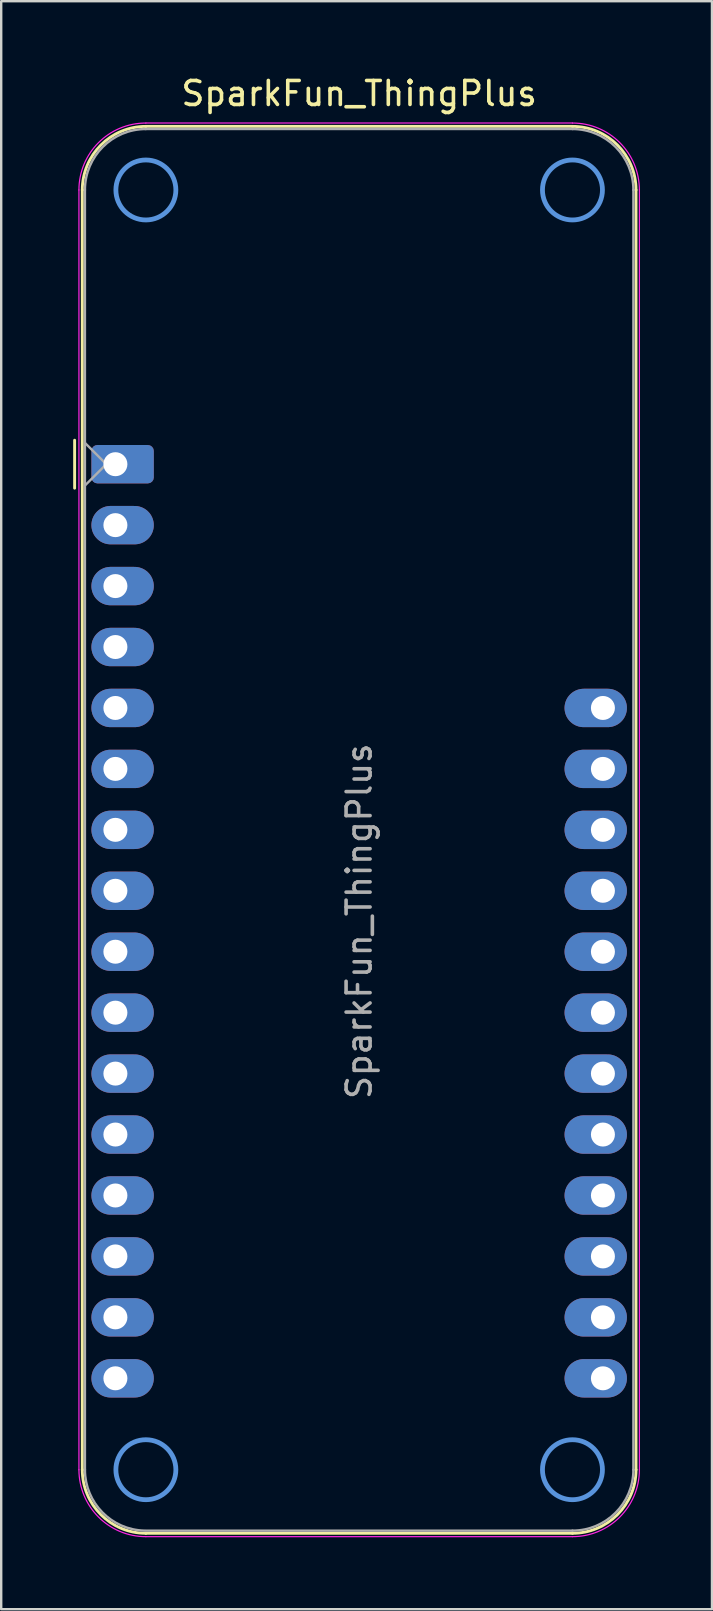
<source format=kicad_pcb>
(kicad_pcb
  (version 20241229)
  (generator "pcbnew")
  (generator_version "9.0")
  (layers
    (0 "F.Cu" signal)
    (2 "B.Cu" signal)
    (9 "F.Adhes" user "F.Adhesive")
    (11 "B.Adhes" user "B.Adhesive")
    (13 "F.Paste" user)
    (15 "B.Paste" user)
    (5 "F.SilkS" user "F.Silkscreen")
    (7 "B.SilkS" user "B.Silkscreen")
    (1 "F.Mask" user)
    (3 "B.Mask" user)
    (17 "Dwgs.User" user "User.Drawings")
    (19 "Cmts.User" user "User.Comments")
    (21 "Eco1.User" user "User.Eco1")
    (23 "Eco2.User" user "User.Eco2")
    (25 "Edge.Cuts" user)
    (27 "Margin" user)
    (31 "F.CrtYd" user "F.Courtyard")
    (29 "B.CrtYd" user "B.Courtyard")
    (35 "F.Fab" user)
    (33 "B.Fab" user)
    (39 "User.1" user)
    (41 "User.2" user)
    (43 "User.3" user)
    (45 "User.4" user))
  (footprint "SparkFun_ThingPlus"
    (layer "F.Cu")
    (at 11.92 31.538)
    (property "Reference" "SparkFun_ThingPlus" (at 0 -30.69 0) (layer "F.SilkS") (effects (font (size 1 1) (thickness 0.15))))
    (attr through_hole)
    (fp_line (start -11.86 -14.24) (end -11.86 -16.24) (stroke (width 0.12) (type solid)) (layer "F.SilkS"))
    (fp_line (start -11.54 -26.67) (end -11.54 26.67) (stroke (width 0.12) (type solid)) (layer "F.SilkS"))
    (fp_line (start 8.89 -29.32) (end -8.89 -29.32) (stroke (width 0.12) (type solid)) (layer "F.SilkS"))
    (fp_line (start 8.89 29.32) (end -8.89 29.32) (stroke (width 0.12) (type solid)) (layer "F.SilkS"))
    (fp_line (start 11.54 -26.67) (end 11.54 26.67) (stroke (width 0.12) (type solid)) (layer "F.SilkS"))
    (fp_arc (start -11.54 -26.67) (mid -10.763833 -28.543833) (end -8.89 -29.32) (stroke (width 0.12) (type solid)) (layer "F.SilkS"))
    (fp_arc (start -8.89 29.32) (mid -10.763833 28.543833) (end -11.54 26.67) (stroke (width 0.12) (type solid)) (layer "F.SilkS"))
    (fp_arc (start 8.89 -29.32) (mid 10.763833 -28.543833) (end 11.54 -26.67) (stroke (width 0.12) (type solid)) (layer "F.SilkS"))
    (fp_arc (start 11.54 26.67) (mid 10.763833 28.543833) (end 8.89 29.32) (stroke (width 0.12) (type solid)) (layer "F.SilkS"))
    (fp_circle (center -8.89 -26.67) (end -7.64 -26.67) (stroke (width 0.2) (type default)) (fill no) (layer "Cmts.User"))
    (fp_circle (center -8.89 26.67) (end -7.64 26.67) (stroke (width 0.2) (type default)) (fill no) (layer "Cmts.User"))
    (fp_circle (center 8.89 -26.67) (end 10.14 -26.67) (stroke (width 0.2) (type default)) (fill no) (layer "Cmts.User"))
    (fp_circle (center 8.89 26.67) (end 10.14 26.67) (stroke (width 0.2) (type default)) (fill no) (layer "Cmts.User"))
    (fp_line (start -11.68 26.67) (end -11.68 -26.67) (stroke (width 0.05) (type solid)) (layer "F.CrtYd"))
    (fp_line (start 8.89 -29.46) (end -8.89 -29.46) (stroke (width 0.05) (type solid)) (layer "F.CrtYd"))
    (fp_line (start 8.89 29.46) (end -8.89 29.46) (stroke (width 0.05) (type solid)) (layer "F.CrtYd"))
    (fp_line (start 11.68 26.67) (end 11.68 -26.67) (stroke (width 0.05) (type solid)) (layer "F.CrtYd"))
    (fp_arc (start -11.68 -26.67) (mid -10.862828 -28.642828) (end -8.89 -29.46) (stroke (width 0.05) (type solid)) (layer "F.CrtYd"))
    (fp_arc (start -8.89 29.46) (mid -10.862828 28.642828) (end -11.68 26.67) (stroke (width 0.05) (type solid)) (layer "F.CrtYd"))
    (fp_arc (start 8.89 -29.46) (mid 10.862828 -28.642828) (end 11.68 -26.67) (stroke (width 0.05) (type solid)) (layer "F.CrtYd"))
    (fp_arc (start 11.68 26.67) (mid 10.862828 28.642828) (end 8.89 29.46) (stroke (width 0.05) (type solid)) (layer "F.CrtYd"))
    (fp_line (start -11.43 -16.129) (end -10.541 -15.24) (stroke (width 0.1) (type solid)) (layer "F.Fab"))
    (fp_line (start -11.43 -26.67) (end -11.43 26.67) (stroke (width 0.1) (type solid)) (layer "F.Fab"))
    (fp_line (start -10.541 -15.24) (end -11.43 -14.351) (stroke (width 0.1) (type solid)) (layer "F.Fab"))
    (fp_line (start -8.89 29.21) (end 8.89 29.21) (stroke (width 0.1) (type solid)) (layer "F.Fab"))
    (fp_line (start 8.89 -29.21) (end -8.89 -29.21) (stroke (width 0.1) (type solid)) (layer "F.Fab"))
    (fp_line (start 11.43 26.67) (end 11.43 -26.67) (stroke (width 0.1) (type solid)) (layer "F.Fab"))
    (fp_arc (start -11.43 -26.67) (mid -10.686051 -28.466051) (end -8.89 -29.21) (stroke (width 0.1) (type solid)) (layer "F.Fab"))
    (fp_arc (start -8.938762 29.209532) (mid -10.703209 28.448728) (end -11.43 26.67) (stroke (width 0.1) (type solid)) (layer "F.Fab"))
    (fp_arc (start 8.89 -29.21) (mid 10.686051 -28.466051) (end 11.43 -26.67) (stroke (width 0.1) (type solid)) (layer "F.Fab"))
    (fp_arc (start 11.43 26.67) (mid 10.686051 28.466051) (end 8.89 29.21) (stroke (width 0.1) (type solid)) (layer "F.Fab"))
    (fp_text user "${REFERENCE}" (at 0 3.81 270) (layer "F.Fab") (effects (font (size 1 1) (thickness 0.15))))
    (pad "1" thru_hole roundrect (at -10.16 -15.24) (size 2.6 1.6) (drill 1 (offset 0.3 0)) (layers "*.Cu" "*.Mask") (roundrect_rratio 0.156))
    (pad "2" thru_hole oval (at -10.16 -12.7) (size 2.6 1.6) (drill 1 (offset 0.3 0)) (layers "*.Cu" "*.Mask"))
    (pad "3" thru_hole oval (at -10.16 -10.16) (size 2.6 1.6) (drill 1 (offset 0.3 0)) (layers "*.Cu" "*.Mask"))
    (pad "4" thru_hole oval (at -10.16 -7.62) (size 2.6 1.6) (drill 1 (offset 0.3 0)) (layers "*.Cu" "*.Mask"))
    (pad "5" thru_hole oval (at -10.16 -5.08) (size 2.6 1.6) (drill 1 (offset 0.3 0)) (layers "*.Cu" "*.Mask"))
    (pad "6" thru_hole oval (at -10.16 -2.54) (size 2.6 1.6) (drill 1 (offset 0.3 0)) (layers "*.Cu" "*.Mask"))
    (pad "7" thru_hole oval (at -10.16 0) (size 2.6 1.6) (drill 1 (offset 0.3 0)) (layers "*.Cu" "*.Mask"))
    (pad "8" thru_hole oval (at -10.16 2.54) (size 2.6 1.6) (drill 1 (offset 0.3 0)) (layers "*.Cu" "*.Mask"))
    (pad "9" thru_hole oval (at -10.16 5.08) (size 2.6 1.6) (drill 1 (offset 0.3 0)) (layers "*.Cu" "*.Mask"))
    (pad "10" thru_hole oval (at -10.16 7.62) (size 2.6 1.6) (drill 1 (offset 0.3 0)) (layers "*.Cu" "*.Mask"))
    (pad "11" thru_hole oval (at -10.16 10.16) (size 2.6 1.6) (drill 1 (offset 0.3 0)) (layers "*.Cu" "*.Mask"))
    (pad "12" thru_hole oval (at -10.16 12.7) (size 2.6 1.6) (drill 1 (offset 0.3 0)) (layers "*.Cu" "*.Mask"))
    (pad "13" thru_hole oval (at -10.16 15.24) (size 2.6 1.6) (drill 1 (offset 0.3 0)) (layers "*.Cu" "*.Mask"))
    (pad "14" thru_hole oval (at -10.16 17.78) (size 2.6 1.6) (drill 1 (offset 0.3 0)) (layers "*.Cu" "*.Mask"))
    (pad "15" thru_hole oval (at -10.16 20.32) (size 2.6 1.6) (drill 1 (offset 0.3 0)) (layers "*.Cu" "*.Mask"))
    (pad "16" thru_hole oval (at -10.16 22.86) (size 2.6 1.6) (drill 1 (offset 0.3 0)) (layers "*.Cu" "*.Mask"))
    (pad "17" thru_hole oval (at 10.16 22.86 180) (size 2.6 1.6) (drill 1 (offset 0.3 0)) (layers "*.Cu" "*.Mask"))
    (pad "18" thru_hole oval (at 10.16 20.32 180) (size 2.6 1.6) (drill 1 (offset 0.3 0)) (layers "*.Cu" "*.Mask"))
    (pad "19" thru_hole oval (at 10.16 17.78 180) (size 2.6 1.6) (drill 1 (offset 0.3 0)) (layers "*.Cu" "*.Mask"))
    (pad "20" thru_hole oval (at 10.16 15.24 180) (size 2.6 1.6) (drill 1 (offset 0.3 0)) (layers "*.Cu" "*.Mask"))
    (pad "21" thru_hole oval (at 10.16 12.7 180) (size 2.6 1.6) (drill 1 (offset 0.3 0)) (layers "*.Cu" "*.Mask"))
    (pad "22" thru_hole oval (at 10.16 10.16 180) (size 2.6 1.6) (drill 1 (offset 0.3 0)) (layers "*.Cu" "*.Mask"))
    (pad "23" thru_hole oval (at 10.16 7.62 180) (size 2.6 1.6) (drill 1 (offset 0.3 0)) (layers "*.Cu" "*.Mask"))
    (pad "24" thru_hole oval (at 10.16 5.08 180) (size 2.6 1.6) (drill 1 (offset 0.3 0)) (layers "*.Cu" "*.Mask"))
    (pad "25" thru_hole oval (at 10.16 2.54 180) (size 2.6 1.6) (drill 1 (offset 0.3 0)) (layers "*.Cu" "*.Mask"))
    (pad "26" thru_hole oval (at 10.16 0 180) (size 2.6 1.6) (drill 1 (offset 0.3 0)) (layers "*.Cu" "*.Mask"))
    (pad "27" thru_hole oval (at 10.16 -2.54 180) (size 2.6 1.6) (drill 1 (offset 0.3 0)) (layers "*.Cu" "*.Mask"))
    (pad "28" thru_hole oval (at 10.16 -5.08 180) (size 2.6 1.6) (drill 1 (offset 0.3 0)) (layers "*.Cu" "*.Mask")))
  (gr_rect
    (start -3 -3)
    (end 26.625 64.023)
    (stroke (width 0.1) (type default))
    (fill no)
    (layer "Edge.Cuts")))
</source>
